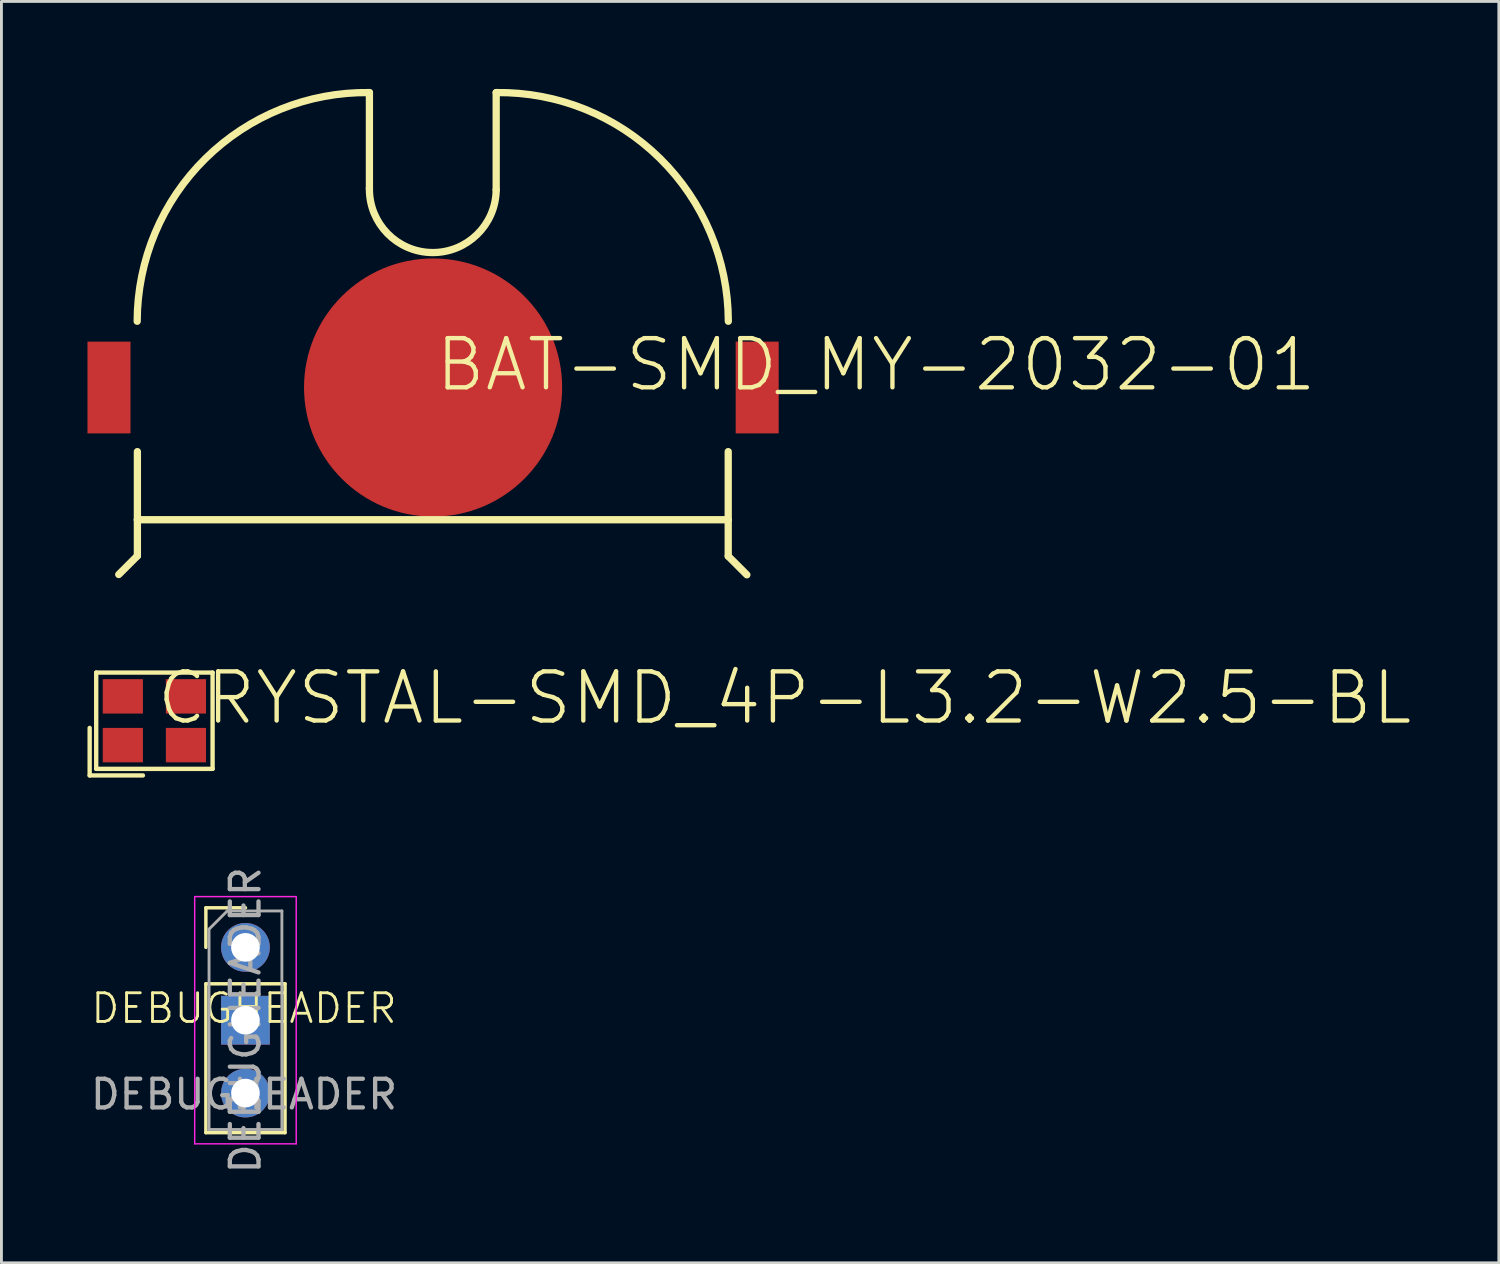
<source format=kicad_pcb>
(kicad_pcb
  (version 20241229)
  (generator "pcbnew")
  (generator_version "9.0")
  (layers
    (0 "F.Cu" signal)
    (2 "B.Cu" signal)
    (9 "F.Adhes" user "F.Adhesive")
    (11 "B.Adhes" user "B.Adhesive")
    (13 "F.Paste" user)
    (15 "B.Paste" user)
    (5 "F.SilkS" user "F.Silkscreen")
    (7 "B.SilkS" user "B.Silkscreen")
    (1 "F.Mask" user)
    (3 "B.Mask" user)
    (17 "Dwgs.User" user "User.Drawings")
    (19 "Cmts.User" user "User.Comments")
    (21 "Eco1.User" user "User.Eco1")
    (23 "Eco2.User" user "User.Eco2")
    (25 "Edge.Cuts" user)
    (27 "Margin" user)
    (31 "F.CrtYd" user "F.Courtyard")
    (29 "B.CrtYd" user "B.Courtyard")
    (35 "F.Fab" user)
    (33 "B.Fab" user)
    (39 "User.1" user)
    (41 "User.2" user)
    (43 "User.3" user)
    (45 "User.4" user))
  (footprint "DEBUGHEADER"
    (layer "F.Cu")
    (at 5.458 32.606)
    (property "Reference" "DEBUGHEADER" (at 0 -0.5 0) (unlocked yes) (layer "F.SilkS") (effects (font (size 1 1) (thickness 0.1))))
    (attr smd)
    (fp_line (start -1.33 -4.005) (end 0.05 -4.005) (stroke (width 0.12) (type solid)) (layer "F.SilkS"))
    (fp_line (start -1.33 -1.355) (end -1.33 3.835) (stroke (width 0.12) (type solid)) (layer "F.SilkS"))
    (fp_line (start -1.33 -1.355) (end 1.43 -1.355) (stroke (width 0.12) (type solid)) (layer "F.SilkS"))
    (fp_line (start -1.33 3.835) (end 1.43 3.835) (stroke (width 0.12) (type solid)) (layer "F.SilkS"))
    (fp_line (start -1.33 -2.625) (end -1.33 -4.005) (stroke (width 0.12) (type solid)) (layer "F.SilkS"))
    (fp_line (start 1.43 -1.355) (end 1.43 3.835) (stroke (width 0.12) (type solid)) (layer "F.SilkS"))
    (fp_line (start -1.72 -4.395) (end -1.72 4.225) (stroke (width 0.05) (type solid)) (layer "F.CrtYd"))
    (fp_line (start -1.72 4.225) (end 1.82 4.225) (stroke (width 0.05) (type solid)) (layer "F.CrtYd"))
    (fp_line (start 1.82 -4.395) (end -1.72 -4.395) (stroke (width 0.05) (type solid)) (layer "F.CrtYd"))
    (fp_line (start 1.82 4.225) (end 1.82 -4.395) (stroke (width 0.05) (type solid)) (layer "F.CrtYd"))
    (fp_line (start -1.22 3.725) (end -1.22 -3.26) (stroke (width 0.1) (type solid)) (layer "F.Fab"))
    (fp_line (start -1.22 -3.26) (end -0.585 -3.895) (stroke (width 0.1) (type solid)) (layer "F.Fab"))
    (fp_line (start -0.585 -3.895) (end 1.32 -3.895) (stroke (width 0.1) (type solid)) (layer "F.Fab"))
    (fp_line (start 1.32 -3.895) (end 1.32 3.725) (stroke (width 0.1) (type solid)) (layer "F.Fab"))
    (fp_line (start 1.32 3.725) (end -1.22 3.725) (stroke (width 0.1) (type solid)) (layer "F.Fab"))
    (fp_text user "${REFERENCE}" (at 0 2.5 0) (unlocked yes) (layer "F.Fab") (effects (font (size 1 1) (thickness 0.15))))
    (fp_text user "${REFERENCE}" (at 0.05 -0.085 90) (layer "F.Fab") (effects (font (size 1 1) (thickness 0.15))))
    (pad "1" thru_hole circle (at 0.05 -2.625) (size 1.7 1.7) (drill 1) (layers "*.Cu" "F.Mask"))
    (pad "2" thru_hole rect (at 0.05 -0.085) (size 1.7 1.7) (drill 1) (layers "*.Cu" "*.Mask"))
    (pad "3" thru_hole circle (at 0.05 2.455) (size 1.7 1.7) (drill 1) (layers "*.Cu" "*.Mask")))
  (footprint "CRYSTAL-SMD_4P-L3.2-W2.5-BL"
    (layer "F.Cu")
    (at 2.333 22.079)
    (property "Reference" "CRYSTAL-SMD_4P-L3.2-W2.5-BL" (at 0 0.21 0) (unlocked yes) (layer "F.SilkS") (effects (font (size 1.714 1.714) (thickness 0.152)) (justify left bottom)))
    (fp_line (start -2.257 1.907) (end -2.257 0.25) (stroke (width 0.152) (type solid)) (layer "F.SilkS"))
    (fp_line (start -2.257 1.907) (end -0.4 1.907) (stroke (width 0.152) (type solid)) (layer "F.SilkS"))
    (fp_line (start -2.029 -1.679) (end 2.029 -1.679) (stroke (width 0.152) (type solid)) (layer "F.SilkS"))
    (fp_line (start -2.029 1.678) (end -2.029 -1.679) (stroke (width 0.152) (type solid)) (layer "F.SilkS"))
    (fp_line (start -2.029 1.678) (end 2.029 1.678) (stroke (width 0.152) (type solid)) (layer "F.SilkS"))
    (fp_line (start 2.029 1.678) (end 2.029 -1.679) (stroke (width 0.152) (type solid)) (layer "F.SilkS"))
    (fp_line (start -1.6 -1.25) (end 1.6 -1.25) (stroke (width 0.051) (type solid)) (layer "Eco1.User"))
    (fp_line (start -1.6 1.25) (end -1.6 -1.25) (stroke (width 0.051) (type solid)) (layer "Eco1.User"))
    (fp_line (start -1.6 1.25) (end 1.6 1.25) (stroke (width 0.051) (type solid)) (layer "Eco1.User"))
    (fp_line (start 1.6 1.25) (end 1.6 -1.25) (stroke (width 0.051) (type solid)) (layer "Eco1.User"))
    (fp_poly (pts (xy -1.5 -1.15) (xy -0.6 -1.15) (xy -0.6 -0.35) (xy -1.5 -0.35)) (stroke (width 0.1) (type default)) (fill no) (layer "Eco1.User"))
    (fp_poly (pts (xy -1.5 0.35) (xy -0.6 0.35) (xy -0.6 1.15) (xy -1.5 1.15)) (stroke (width 0.1) (type default)) (fill no) (layer "Eco1.User"))
    (fp_poly (pts (xy 0.6 -1.15) (xy 1.5 -1.15) (xy 1.5 -0.35) (xy 0.6 -0.35)) (stroke (width 0.1) (type default)) (fill no) (layer "Eco1.User"))
    (fp_poly (pts (xy 0.6 0.35) (xy 1.5 0.35) (xy 1.5 1.15) (xy 0.6 1.15)) (stroke (width 0.1) (type default)) (fill no) (layer "Eco1.User"))
    (fp_poly (pts (arc (start -1.54001 1.249879) (mid -1.600081 1.18991) (end -1.66005 1.249981)) (arc (start -1.66005 1.249981) (mid -1.599979 1.30995) (end -1.54001 1.249879)) (xy -1.54 1.25)) (stroke (width 0.1) (type default)) (fill no) (layer "Eco1.User"))
    (fp_circle (center -1.27 0.889) (end -1.27 0.762) (stroke (width 0.254) (type solid)) (fill no) (layer "User.6"))
    (pad "1" smd rect (at -1.1 0.85) (size 1.4 1.2) (layers "F.Cu" "F.Mask" "F.Paste"))
    (pad "2" smd rect (at 1.1 0.85) (size 1.4 1.2) (layers "F.Cu" "F.Mask" "F.Paste"))
    (pad "3" smd rect (at 1.1 -0.85) (size 1.4 1.2) (layers "F.Cu" "F.Mask" "F.Paste"))
    (pad "4" smd rect (at -1.1 -0.85) (size 1.4 1.2) (layers "F.Cu" "F.Mask" "F.Paste")))
  (footprint "BAT-SMD_MY-2032-01"
    (layer "F.Cu")
    (at 12.05 10.461)
    (property "Reference" "BAT-SMD_MY-2032-01" (at 0 0.21 0) (unlocked yes) (layer "F.SilkS") (effects (font (size 1.714 1.714) (thickness 0.152)) (justify left bottom)))
    (fp_line (start -10.96 6.52) (end -10.31 5.87) (stroke (width 0.254) (type solid)) (layer "F.SilkS"))
    (fp_line (start -10.31 4.61) (end -10.31 2.235) (stroke (width 0.254) (type solid)) (layer "F.SilkS"))
    (fp_line (start -10.31 4.61) (end 10.29 4.61) (stroke (width 0.254) (type solid)) (layer "F.SilkS"))
    (fp_line (start -10.31 5.87) (end -10.31 4.61) (stroke (width 0.254) (type solid)) (layer "F.SilkS"))
    (fp_line (start -2.22 -6.94) (end -2.22 -10.283) (stroke (width 0.254) (type solid)) (layer "F.SilkS"))
    (fp_line (start 2.2 -6.89) (end 2.2 -10.283) (stroke (width 0.254) (type solid)) (layer "F.SilkS"))
    (fp_line (start 10.29 4.61) (end 10.29 2.235) (stroke (width 0.254) (type solid)) (layer "F.SilkS"))
    (fp_line (start 10.29 5.88) (end 10.29 4.62) (stroke (width 0.254) (type solid)) (layer "F.SilkS"))
    (fp_line (start 10.29 5.88) (end 10.94 6.53) (stroke (width 0.254) (type solid)) (layer "F.SilkS"))
    (fp_arc (start -10.316866 -2.309937) (mid -7.933347 -7.987358) (end -2.219949 -10.283301) (stroke (width 0.254) (type solid)) (layer "F.SilkS"))
    (fp_arc (start 2.199294 -10.283355) (mid 7.911086 -7.986503) (end 10.293716 -2.309958) (stroke (width 0.254) (type solid)) (layer "F.SilkS"))
    (fp_arc (start 2.199795 -6.891174) (mid -0.034476 -4.705695) (end -2.219955 -6.939966) (stroke (width 0.254) (type solid)) (layer "F.SilkS"))
    (fp_poly (pts (xy -12.05 -1.6) (xy -12.05 1.6) (xy -10.55 1.6) (xy -10.55 -1.6)) (stroke (width 0) (type default)) (fill yes) (layer "F.Paste"))
    (fp_poly (pts (xy 12.05 1.6) (xy 12.05 -1.6) (xy 10.55 -1.6) (xy 10.55 1.6)) (stroke (width 0) (type default)) (fill yes) (layer "F.Paste"))
    (fp_line (start -10.3 4.6) (end -10.3 -2.29) (stroke (width 0.051) (type solid)) (layer "Eco1.User"))
    (fp_line (start -10.3 4.6) (end 10.3 4.6) (stroke (width 0.051) (type solid)) (layer "Eco1.User"))
    (fp_line (start -2.29 -10.3) (end -2.2 -10.3) (stroke (width 0.051) (type solid)) (layer "Eco1.User"))
    (fp_line (start -2.2 -6.83) (end -2.2 -10.3) (stroke (width 0.051) (type solid)) (layer "Eco1.User"))
    (fp_line (start -0.1 -4.73) (end 0 -4.73) (stroke (width 0.051) (type solid)) (layer "Eco1.User"))
    (fp_line (start 0 -4.73) (end 0.03 -4.73) (stroke (width 0.051) (type solid)) (layer "Eco1.User"))
    (fp_line (start 2.16 -10.3) (end 2.33 -10.3) (stroke (width 0.051) (type solid)) (layer "Eco1.User"))
    (fp_line (start 2.17 -6.87) (end 2.17 -10.29) (stroke (width 0.051) (type solid)) (layer "Eco1.User"))
    (fp_line (start 10.3 4.6) (end 10.3 -2.33) (stroke (width 0.051) (type solid)) (layer "Eco1.User"))
    (fp_arc (start -10.29997 -2.28999) (mid -7.953898 -7.953908) (end -2.28998 -10.29998) (stroke (width 0.0508) (type solid)) (layer "Eco1.User"))
    (fp_arc (start -0.1 -4.72999) (mid -1.584924 -5.345066) (end -2.2 -6.82999) (stroke (width 0.0508) (type solid)) (layer "Eco1.User"))
    (fp_arc (start 2.15999 -10.29999) (mid 2.167068 -10.297058) (end 2.17 -10.28998) (stroke (width 0.0508) (type solid)) (layer "Eco1.User"))
    (fp_arc (start 2.17 -6.86999) (mid 1.543209 -5.356781) (end 0.03 -4.72999) (stroke (width 0.0508) (type solid)) (layer "Eco1.User"))
    (fp_arc (start 2.33 -10.29999) (mid 7.965634 -7.965634) (end 10.29999 -2.33) (stroke (width 0.0508) (type solid)) (layer "Eco1.User"))
    (fp_poly (pts (xy -11.6 -1.4) (xy -10.05 -1.4) (xy -10.05 1.4) (xy -11.6 1.4)) (stroke (width 0.1) (type default)) (fill no) (layer "Eco1.User"))
    (fp_poly (pts (xy 10.05 -1.4) (xy 11.6 -1.4) (xy 11.6 1.4) (xy 10.05 1.4)) (stroke (width 0.1) (type default)) (fill no) (layer "Eco1.User"))
    (fp_poly (pts (arc (start -11.539956 4.599934) (mid -11.599839 4.54205) (end -11.65982 4.599832)) (arc (start -11.659814 4.599836) (mid -11.599931 4.65772) (end -11.53995 4.599938)) (xy -11.54 4.6)) (stroke (width 0.1) (type default)) (fill no) (layer "Eco1.User"))
    (fp_poly (pts (arc (start 4.499933 -0.000007) (mid 0.000111 -4.47731) (end -4.499812 -0.000109)) (arc (start -4.499813 -0.000113) (mid 0.000009 4.47719) (end 4.499932 -0.000011)) (xy 4.5 0)) (stroke (width 0.1) (type default)) (fill no) (layer "Eco1.User"))
    (fp_poly (pts (arc (start -2.34698 -10.28332) (mid -2.21998 -10.41032) (end -2.09298 -10.28332)) (arc (start -2.09298 -6.93997) (mid -2.21998 -6.81297) (end -2.34698 -6.93997))) (stroke (width 0.1) (type default)) (fill no) (layer "User.6"))
    (fp_poly (pts (arc (start 2.07229 -10.28332) (mid 2.19929 -10.41032) (end 2.32629 -10.28332)) (arc (start 2.32629 -6.88998) (mid 2.19929 -6.76298) (end 2.07229 -6.88998))) (stroke (width 0.1) (type default)) (fill no) (layer "User.6"))
    (fp_poly (pts (arc (start -10.42698 1.85) (mid -10.29998 1.723) (end -10.17298 1.85)) (xy -10.173 4.473) (xy 10.173 4.473) (arc (start 10.17298 2.25) (mid 10.29998 2.123) (end 10.42698 2.25)) (arc (start 10.42698 4.59999) (mid 10.389783 4.689793) (end 10.29998 4.72699)) (arc (start -10.29998 4.72699) (mid -10.389783 4.689793) (end -10.42698 4.59999))) (stroke (width 0.1) (type default)) (fill no) (layer "User.6"))
    (fp_poly (pts (arc (start -2.092601 -6.938849) (mid -0.032647 -4.840307) (end 2.073119 -6.892875)) (arc (start 2.07313 -6.892875) (mid 2.202035 -7.019636) (end 2.32708 -6.889066)) (arc (start 2.327071 -6.889065) (mid -0.035432 -4.588332) (end -2.346599 -6.940628)) (arc (start -2.346597 -6.940629) (mid -2.218711 -7.066737) (end -2.092603 -6.938851)) (xy -2.093 -6.939)) (stroke (width 0.1) (type default)) (fill no) (layer "User.6"))
    (pad "" smd custom (at -2.093 -6.941) (size 0.000001 0.000001) (layers "F.Cu") (options (anchor circle)) (primitives (gr_poly (pts (xy 0 0) (xy -0.000025 -0.001) (xy -0.000026 -0.001) (xy -0.000002 0.001) (xy 0.000023 0.003) (xy 0.000024 0.003) (xy -0.000006 0.000003)) (width 0) (fill yes))))
    (pad "" smd custom (at 2.327 -6.891) (size 0.000001 0.000001) (layers "F.Cu") (options (anchor circle)) (primitives (gr_poly (pts (xy 0 0) (xy 0.000025 0.001) (xy 0.000026 0.001) (xy 0.000002 -0.001) (xy -0.000023 -0.003) (xy -0.000024 -0.003) (xy 0.000006 -0.000003)) (width 0) (fill yes))))
    (pad "1" smd rect (at -11.3 0) (size 1.5 3.2) (layers "F.Cu" "F.Mask" "F.Paste"))
    (pad "1" smd rect (at 11.3 0) (size 1.5 3.2) (layers "F.Cu" "F.Mask" "F.Paste"))
    (pad "2" smd circle (at 0 0) (size 9 9) (layers "F.Cu" "F.Mask" "F.Paste")))
  (gr_rect
    (start -3 -3)
    (end 49.208 40.979)
    (stroke (width 0.1) (type default))
    (fill no)
    (layer "Edge.Cuts")))
</source>
